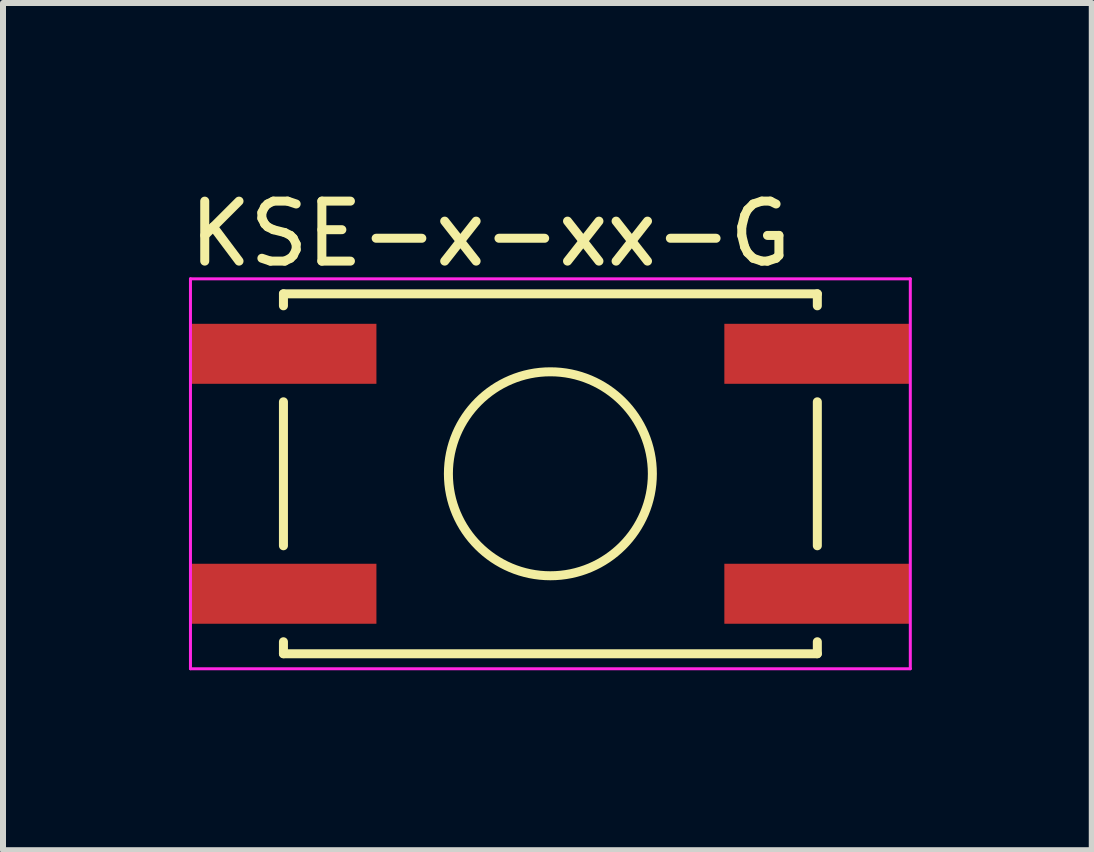
<source format=kicad_pcb>
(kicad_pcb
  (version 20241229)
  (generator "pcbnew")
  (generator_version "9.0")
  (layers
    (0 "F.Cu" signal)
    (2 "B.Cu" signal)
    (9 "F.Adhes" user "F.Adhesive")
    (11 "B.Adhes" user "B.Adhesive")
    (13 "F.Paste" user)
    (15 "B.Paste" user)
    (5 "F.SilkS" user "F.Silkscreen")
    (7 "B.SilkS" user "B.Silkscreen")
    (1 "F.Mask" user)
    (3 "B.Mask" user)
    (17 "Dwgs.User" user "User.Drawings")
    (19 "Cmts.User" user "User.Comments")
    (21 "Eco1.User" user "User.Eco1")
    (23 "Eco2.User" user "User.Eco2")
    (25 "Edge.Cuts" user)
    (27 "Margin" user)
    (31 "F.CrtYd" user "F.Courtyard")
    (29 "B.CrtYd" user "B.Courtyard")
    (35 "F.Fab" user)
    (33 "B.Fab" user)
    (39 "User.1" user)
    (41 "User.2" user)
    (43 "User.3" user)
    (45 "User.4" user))
  (footprint "KSE-x-xx-G"
    (layer "F.Cu")
    (at 6.125 4.848)
    (property "Reference" "KSE-x-xx-G" (at -1 -4 0) (layer "F.SilkS") (effects (font (size 1 1) (thickness 0.15))))
    (attr smd)
    (fp_line (start -4.45 -3) (end -4.45 -2.8) (stroke (width 0.15) (type solid)) (layer "F.SilkS"))
    (fp_line (start -4.45 -1.2) (end -4.45 1.2) (stroke (width 0.15) (type solid)) (layer "F.SilkS"))
    (fp_line (start -4.45 3) (end -4.45 2.8) (stroke (width 0.15) (type solid)) (layer "F.SilkS"))
    (fp_line (start -4.45 3) (end 4.45 3) (stroke (width 0.15) (type solid)) (layer "F.SilkS"))
    (fp_line (start 4.45 -3) (end -4.45 -3) (stroke (width 0.15) (type solid)) (layer "F.SilkS"))
    (fp_line (start 4.45 -3) (end 4.45 -2.8) (stroke (width 0.15) (type solid)) (layer "F.SilkS"))
    (fp_line (start 4.45 -1.2) (end 4.45 1.2) (stroke (width 0.15) (type solid)) (layer "F.SilkS"))
    (fp_line (start 4.45 3) (end 4.45 2.8) (stroke (width 0.15) (type solid)) (layer "F.SilkS"))
    (fp_circle (center 0 0) (end 1.7 0) (stroke (width 0.15) (type solid)) (fill no) (layer "F.SilkS"))
    (fp_line (start -6 -3.25) (end 6 -3.25) (stroke (width 0.05) (type solid)) (layer "F.CrtYd"))
    (fp_line (start -6 3.25) (end -6 -3.25) (stroke (width 0.05) (type solid)) (layer "F.CrtYd"))
    (fp_line (start 6 -3.25) (end 6 3.25) (stroke (width 0.05) (type solid)) (layer "F.CrtYd"))
    (fp_line (start 6 3.25) (end -6 3.25) (stroke (width 0.05) (type solid)) (layer "F.CrtYd"))
    (pad "1" smd rect (at -4.45 -2) (size 3.1 1) (layers "F.Cu" "F.Mask" "F.Paste"))
    (pad "1" smd rect (at 4.45 -2) (size 3.1 1) (layers "F.Cu" "F.Mask" "F.Paste"))
    (pad "2" smd rect (at -4.45 2) (size 3.1 1) (layers "F.Cu" "F.Mask" "F.Paste"))
    (pad "2" smd rect (at 4.45 2) (size 3.1 1) (layers "F.Cu" "F.Mask" "F.Paste")))
  (gr_rect
    (start -3 -3)
    (end 15.15 11.123)
    (stroke (width 0.1) (type default))
    (fill no)
    (layer "Edge.Cuts")))
</source>
